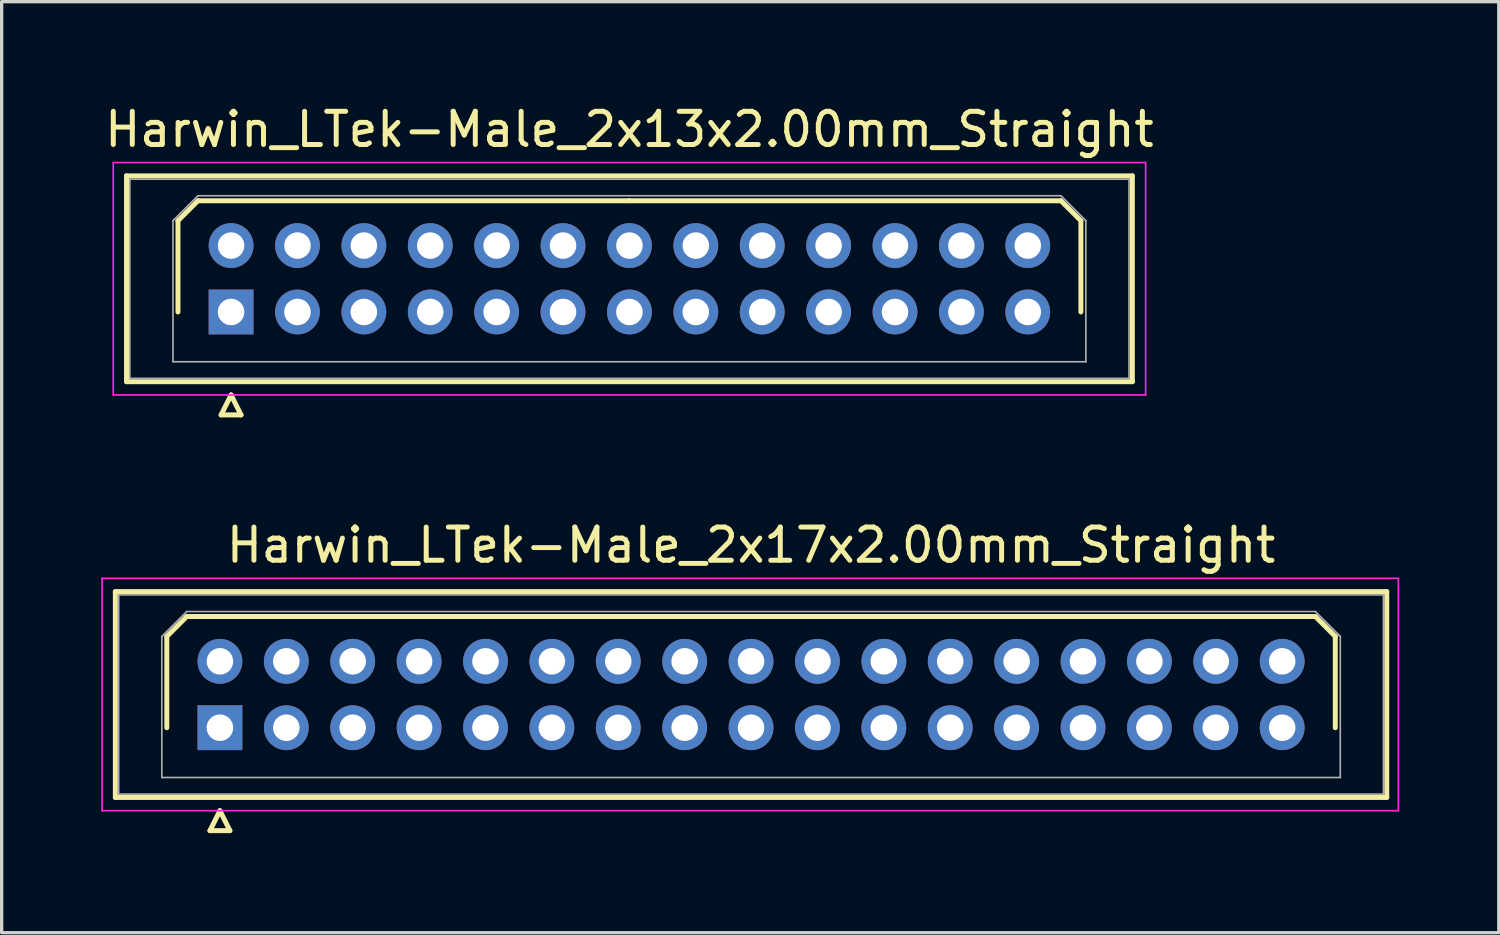
<source format=kicad_pcb>
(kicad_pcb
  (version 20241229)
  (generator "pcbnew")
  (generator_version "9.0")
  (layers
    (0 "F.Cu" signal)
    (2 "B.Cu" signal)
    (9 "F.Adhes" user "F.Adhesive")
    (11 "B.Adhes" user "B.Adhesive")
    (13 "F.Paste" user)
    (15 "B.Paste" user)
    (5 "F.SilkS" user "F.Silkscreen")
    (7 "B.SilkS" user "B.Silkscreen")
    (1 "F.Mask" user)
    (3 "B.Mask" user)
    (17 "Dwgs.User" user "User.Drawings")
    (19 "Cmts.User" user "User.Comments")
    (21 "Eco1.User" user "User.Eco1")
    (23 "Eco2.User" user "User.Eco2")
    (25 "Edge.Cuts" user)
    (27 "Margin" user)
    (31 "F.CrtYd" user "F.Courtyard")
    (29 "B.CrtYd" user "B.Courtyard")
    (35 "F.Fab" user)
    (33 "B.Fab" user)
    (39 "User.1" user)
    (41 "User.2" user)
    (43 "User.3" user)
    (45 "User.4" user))
  (footprint "Harwin_LTek-Male_2x13x2.00mm_Straight"
    (layer "F.Cu")
    (at 3.911 6.348)
    (property "Reference" "Harwin_LTek-Male_2x13x2.00mm_Straight" (at 12 -5.5 0) (layer "F.SilkS") (effects (font (size 1 1) (thickness 0.15))))
    (attr through_hole)
    (fp_line (start -3.15 -4.1) (end -3.15 2.1) (stroke (width 0.15) (type solid)) (layer "F.SilkS"))
    (fp_line (start -3.15 2.1) (end 27.15 2.1) (stroke (width 0.15) (type solid)) (layer "F.SilkS"))
    (fp_line (start -1.6 -2.75) (end -1 -3.35) (stroke (width 0.15) (type solid)) (layer "F.SilkS"))
    (fp_line (start -1.6 0) (end -1.6 -2.75) (stroke (width 0.15) (type solid)) (layer "F.SilkS"))
    (fp_line (start -1 -3.35) (end 12 -3.35) (stroke (width 0.15) (type solid)) (layer "F.SilkS"))
    (fp_line (start -0.3 3.1) (end 0.3 3.1) (stroke (width 0.15) (type solid)) (layer "F.SilkS"))
    (fp_line (start 0 2.5) (end -0.3 3.1) (stroke (width 0.15) (type solid)) (layer "F.SilkS"))
    (fp_line (start 0.3 3.1) (end 0 2.5) (stroke (width 0.15) (type solid)) (layer "F.SilkS"))
    (fp_line (start 25 -3.35) (end 12 -3.35) (stroke (width 0.15) (type solid)) (layer "F.SilkS"))
    (fp_line (start 25.6 -2.75) (end 25 -3.35) (stroke (width 0.15) (type solid)) (layer "F.SilkS"))
    (fp_line (start 25.6 0) (end 25.6 -2.75) (stroke (width 0.15) (type solid)) (layer "F.SilkS"))
    (fp_line (start 27.15 -4.1) (end -3.15 -4.1) (stroke (width 0.15) (type solid)) (layer "F.SilkS"))
    (fp_line (start 27.15 2.1) (end 27.15 -4.1) (stroke (width 0.15) (type solid)) (layer "F.SilkS"))
    (fp_line (start -3.55 -4.5) (end -3.55 2.5) (stroke (width 0.05) (type solid)) (layer "F.CrtYd"))
    (fp_line (start -3.55 2.5) (end 27.55 2.5) (stroke (width 0.05) (type solid)) (layer "F.CrtYd"))
    (fp_line (start 27.55 -4.5) (end -3.55 -4.5) (stroke (width 0.05) (type solid)) (layer "F.CrtYd"))
    (fp_line (start 27.55 2.5) (end 27.55 -4.5) (stroke (width 0.05) (type solid)) (layer "F.CrtYd"))
    (fp_line (start -3.05 -4) (end -3.05 2) (stroke (width 0.05) (type solid)) (layer "F.Fab"))
    (fp_line (start -3.05 2) (end 27.05 2) (stroke (width 0.05) (type solid)) (layer "F.Fab"))
    (fp_line (start -1.75 -2.75) (end -1 -3.5) (stroke (width 0.05) (type solid)) (layer "F.Fab"))
    (fp_line (start -1.75 1.5) (end -1.75 -2.75) (stroke (width 0.05) (type solid)) (layer "F.Fab"))
    (fp_line (start -1 -3.5) (end 25 -3.5) (stroke (width 0.05) (type solid)) (layer "F.Fab"))
    (fp_line (start 25 -3.5) (end 25.75 -2.75) (stroke (width 0.05) (type solid)) (layer "F.Fab"))
    (fp_line (start 25.75 -2.75) (end 25.75 1.5) (stroke (width 0.05) (type solid)) (layer "F.Fab"))
    (fp_line (start 25.75 1.5) (end -1.75 1.5) (stroke (width 0.05) (type solid)) (layer "F.Fab"))
    (fp_line (start 27.05 -4) (end -3.05 -4) (stroke (width 0.05) (type solid)) (layer "F.Fab"))
    (fp_line (start 27.05 2) (end 27.05 -4) (stroke (width 0.05) (type solid)) (layer "F.Fab"))
    (pad "1" thru_hole rect (at 0 0) (size 1.35 1.35) (drill 0.8) (layers "*.Cu" "*.Mask"))
    (pad "2" thru_hole circle (at 0 -2) (size 1.35 1.35) (drill 0.8) (layers "*.Cu" "*.Mask"))
    (pad "3" thru_hole circle (at 2 0) (size 1.35 1.35) (drill 0.8) (layers "*.Cu" "*.Mask"))
    (pad "4" thru_hole circle (at 2 -2) (size 1.35 1.35) (drill 0.8) (layers "*.Cu" "*.Mask"))
    (pad "5" thru_hole circle (at 4 0) (size 1.35 1.35) (drill 0.8) (layers "*.Cu" "*.Mask"))
    (pad "6" thru_hole circle (at 4 -2) (size 1.35 1.35) (drill 0.8) (layers "*.Cu" "*.Mask"))
    (pad "7" thru_hole circle (at 6 0) (size 1.35 1.35) (drill 0.8) (layers "*.Cu" "*.Mask"))
    (pad "8" thru_hole circle (at 6 -2) (size 1.35 1.35) (drill 0.8) (layers "*.Cu" "*.Mask"))
    (pad "9" thru_hole circle (at 8 0) (size 1.35 1.35) (drill 0.8) (layers "*.Cu" "*.Mask"))
    (pad "10" thru_hole circle (at 8 -2) (size 1.35 1.35) (drill 0.8) (layers "*.Cu" "*.Mask"))
    (pad "11" thru_hole circle (at 10 0) (size 1.35 1.35) (drill 0.8) (layers "*.Cu" "*.Mask"))
    (pad "12" thru_hole circle (at 10 -2) (size 1.35 1.35) (drill 0.8) (layers "*.Cu" "*.Mask"))
    (pad "13" thru_hole circle (at 12 0) (size 1.35 1.35) (drill 0.8) (layers "*.Cu" "*.Mask"))
    (pad "14" thru_hole circle (at 12 -2) (size 1.35 1.35) (drill 0.8) (layers "*.Cu" "*.Mask"))
    (pad "15" thru_hole circle (at 14 0) (size 1.35 1.35) (drill 0.8) (layers "*.Cu" "*.Mask"))
    (pad "16" thru_hole circle (at 14 -2) (size 1.35 1.35) (drill 0.8) (layers "*.Cu" "*.Mask"))
    (pad "17" thru_hole circle (at 16 0) (size 1.35 1.35) (drill 0.8) (layers "*.Cu" "*.Mask"))
    (pad "18" thru_hole circle (at 16 -2) (size 1.35 1.35) (drill 0.8) (layers "*.Cu" "*.Mask"))
    (pad "19" thru_hole circle (at 18 0) (size 1.35 1.35) (drill 0.8) (layers "*.Cu" "*.Mask"))
    (pad "20" thru_hole circle (at 18 -2) (size 1.35 1.35) (drill 0.8) (layers "*.Cu" "*.Mask"))
    (pad "21" thru_hole circle (at 20 0) (size 1.35 1.35) (drill 0.8) (layers "*.Cu" "*.Mask"))
    (pad "22" thru_hole circle (at 20 -2) (size 1.35 1.35) (drill 0.8) (layers "*.Cu" "*.Mask"))
    (pad "23" thru_hole circle (at 22 0) (size 1.35 1.35) (drill 0.8) (layers "*.Cu" "*.Mask"))
    (pad "24" thru_hole circle (at 22 -2) (size 1.35 1.35) (drill 0.8) (layers "*.Cu" "*.Mask"))
    (pad "25" thru_hole circle (at 24 0) (size 1.35 1.35) (drill 0.8) (layers "*.Cu" "*.Mask"))
    (pad "26" thru_hole circle (at 24 -2) (size 1.35 1.35) (drill 0.8) (layers "*.Cu" "*.Mask")))
  (footprint "Harwin_LTek-Male_2x17x2.00mm_Straight"
    (layer "F.Cu")
    (at 3.575 18.872)
    (property "Reference" "Harwin_LTek-Male_2x17x2.00mm_Straight" (at 16 -5.5 0) (layer "F.SilkS") (effects (font (size 1 1) (thickness 0.15))))
    (attr through_hole)
    (fp_line (start -3.15 -4.1) (end -3.15 2.1) (stroke (width 0.15) (type solid)) (layer "F.SilkS"))
    (fp_line (start -3.15 2.1) (end 35.15 2.1) (stroke (width 0.15) (type solid)) (layer "F.SilkS"))
    (fp_line (start -1.6 -2.75) (end -1 -3.35) (stroke (width 0.15) (type solid)) (layer "F.SilkS"))
    (fp_line (start -1.6 0) (end -1.6 -2.75) (stroke (width 0.15) (type solid)) (layer "F.SilkS"))
    (fp_line (start -1 -3.35) (end 16 -3.35) (stroke (width 0.15) (type solid)) (layer "F.SilkS"))
    (fp_line (start -0.3 3.1) (end 0.3 3.1) (stroke (width 0.15) (type solid)) (layer "F.SilkS"))
    (fp_line (start 0 2.5) (end -0.3 3.1) (stroke (width 0.15) (type solid)) (layer "F.SilkS"))
    (fp_line (start 0.3 3.1) (end 0 2.5) (stroke (width 0.15) (type solid)) (layer "F.SilkS"))
    (fp_line (start 33 -3.35) (end 16 -3.35) (stroke (width 0.15) (type solid)) (layer "F.SilkS"))
    (fp_line (start 33.6 -2.75) (end 33 -3.35) (stroke (width 0.15) (type solid)) (layer "F.SilkS"))
    (fp_line (start 33.6 0) (end 33.6 -2.75) (stroke (width 0.15) (type solid)) (layer "F.SilkS"))
    (fp_line (start 35.15 -4.1) (end -3.15 -4.1) (stroke (width 0.15) (type solid)) (layer "F.SilkS"))
    (fp_line (start 35.15 2.1) (end 35.15 -4.1) (stroke (width 0.15) (type solid)) (layer "F.SilkS"))
    (fp_line (start -3.55 -4.5) (end -3.55 2.5) (stroke (width 0.05) (type solid)) (layer "F.CrtYd"))
    (fp_line (start -3.55 2.5) (end 35.5 2.5) (stroke (width 0.05) (type solid)) (layer "F.CrtYd"))
    (fp_line (start 35.5 -4.5) (end -3.55 -4.5) (stroke (width 0.05) (type solid)) (layer "F.CrtYd"))
    (fp_line (start 35.5 2.5) (end 35.5 -4.5) (stroke (width 0.05) (type solid)) (layer "F.CrtYd"))
    (fp_line (start -3.05 -4) (end -3.05 2) (stroke (width 0.05) (type solid)) (layer "F.Fab"))
    (fp_line (start -3.05 2) (end 35.05 2) (stroke (width 0.05) (type solid)) (layer "F.Fab"))
    (fp_line (start -1.75 -2.75) (end -1 -3.5) (stroke (width 0.05) (type solid)) (layer "F.Fab"))
    (fp_line (start -1.75 1.5) (end -1.75 -2.75) (stroke (width 0.05) (type solid)) (layer "F.Fab"))
    (fp_line (start -1 -3.5) (end 33 -3.5) (stroke (width 0.05) (type solid)) (layer "F.Fab"))
    (fp_line (start 33 -3.5) (end 33.75 -2.75) (stroke (width 0.05) (type solid)) (layer "F.Fab"))
    (fp_line (start 33.75 -2.75) (end 33.75 1.5) (stroke (width 0.05) (type solid)) (layer "F.Fab"))
    (fp_line (start 33.75 1.5) (end -1.75 1.5) (stroke (width 0.05) (type solid)) (layer "F.Fab"))
    (fp_line (start 35.05 -4) (end -3.05 -4) (stroke (width 0.05) (type solid)) (layer "F.Fab"))
    (fp_line (start 35.05 2) (end 35.05 -4) (stroke (width 0.05) (type solid)) (layer "F.Fab"))
    (pad "1" thru_hole rect (at 0 0) (size 1.35 1.35) (drill 0.8) (layers "*.Cu" "*.Mask"))
    (pad "2" thru_hole circle (at 0 -2) (size 1.35 1.35) (drill 0.8) (layers "*.Cu" "*.Mask"))
    (pad "3" thru_hole circle (at 2 0) (size 1.35 1.35) (drill 0.8) (layers "*.Cu" "*.Mask"))
    (pad "4" thru_hole circle (at 2 -2) (size 1.35 1.35) (drill 0.8) (layers "*.Cu" "*.Mask"))
    (pad "5" thru_hole circle (at 4 0) (size 1.35 1.35) (drill 0.8) (layers "*.Cu" "*.Mask"))
    (pad "6" thru_hole circle (at 4 -2) (size 1.35 1.35) (drill 0.8) (layers "*.Cu" "*.Mask"))
    (pad "7" thru_hole circle (at 6 0) (size 1.35 1.35) (drill 0.8) (layers "*.Cu" "*.Mask"))
    (pad "8" thru_hole circle (at 6 -2) (size 1.35 1.35) (drill 0.8) (layers "*.Cu" "*.Mask"))
    (pad "9" thru_hole circle (at 8 0) (size 1.35 1.35) (drill 0.8) (layers "*.Cu" "*.Mask"))
    (pad "10" thru_hole circle (at 8 -2) (size 1.35 1.35) (drill 0.8) (layers "*.Cu" "*.Mask"))
    (pad "11" thru_hole circle (at 10 0) (size 1.35 1.35) (drill 0.8) (layers "*.Cu" "*.Mask"))
    (pad "12" thru_hole circle (at 10 -2) (size 1.35 1.35) (drill 0.8) (layers "*.Cu" "*.Mask"))
    (pad "13" thru_hole circle (at 12 0) (size 1.35 1.35) (drill 0.8) (layers "*.Cu" "*.Mask"))
    (pad "14" thru_hole circle (at 12 -2) (size 1.35 1.35) (drill 0.8) (layers "*.Cu" "*.Mask"))
    (pad "15" thru_hole circle (at 14 0) (size 1.35 1.35) (drill 0.8) (layers "*.Cu" "*.Mask"))
    (pad "16" thru_hole circle (at 14 -2) (size 1.35 1.35) (drill 0.8) (layers "*.Cu" "*.Mask"))
    (pad "17" thru_hole circle (at 16 0) (size 1.35 1.35) (drill 0.8) (layers "*.Cu" "*.Mask"))
    (pad "18" thru_hole circle (at 16 -2) (size 1.35 1.35) (drill 0.8) (layers "*.Cu" "*.Mask"))
    (pad "19" thru_hole circle (at 18 0) (size 1.35 1.35) (drill 0.8) (layers "*.Cu" "*.Mask"))
    (pad "20" thru_hole circle (at 18 -2) (size 1.35 1.35) (drill 0.8) (layers "*.Cu" "*.Mask"))
    (pad "21" thru_hole circle (at 20 0) (size 1.35 1.35) (drill 0.8) (layers "*.Cu" "*.Mask"))
    (pad "22" thru_hole circle (at 20 -2) (size 1.35 1.35) (drill 0.8) (layers "*.Cu" "*.Mask"))
    (pad "23" thru_hole circle (at 22 0) (size 1.35 1.35) (drill 0.8) (layers "*.Cu" "*.Mask"))
    (pad "24" thru_hole circle (at 22 -2) (size 1.35 1.35) (drill 0.8) (layers "*.Cu" "*.Mask"))
    (pad "25" thru_hole circle (at 24 0) (size 1.35 1.35) (drill 0.8) (layers "*.Cu" "*.Mask"))
    (pad "26" thru_hole circle (at 24 -2) (size 1.35 1.35) (drill 0.8) (layers "*.Cu" "*.Mask"))
    (pad "27" thru_hole circle (at 26 0) (size 1.35 1.35) (drill 0.8) (layers "*.Cu" "*.Mask"))
    (pad "28" thru_hole circle (at 26 -2) (size 1.35 1.35) (drill 0.8) (layers "*.Cu" "*.Mask"))
    (pad "29" thru_hole circle (at 28 0) (size 1.35 1.35) (drill 0.8) (layers "*.Cu" "*.Mask"))
    (pad "30" thru_hole circle (at 28 -2) (size 1.35 1.35) (drill 0.8) (layers "*.Cu" "*.Mask"))
    (pad "31" thru_hole circle (at 30 0) (size 1.35 1.35) (drill 0.8) (layers "*.Cu" "*.Mask"))
    (pad "32" thru_hole circle (at 30 -2) (size 1.35 1.35) (drill 0.8) (layers "*.Cu" "*.Mask"))
    (pad "33" thru_hole circle (at 32 0) (size 1.35 1.35) (drill 0.8) (layers "*.Cu" "*.Mask"))
    (pad "34" thru_hole circle (at 32 -2) (size 1.35 1.35) (drill 0.8) (layers "*.Cu" "*.Mask")))
  (gr_rect
    (start -3 -3)
    (end 42.1 25.047)
    (stroke (width 0.1) (type default))
    (fill no)
    (layer "Edge.Cuts")))
</source>
